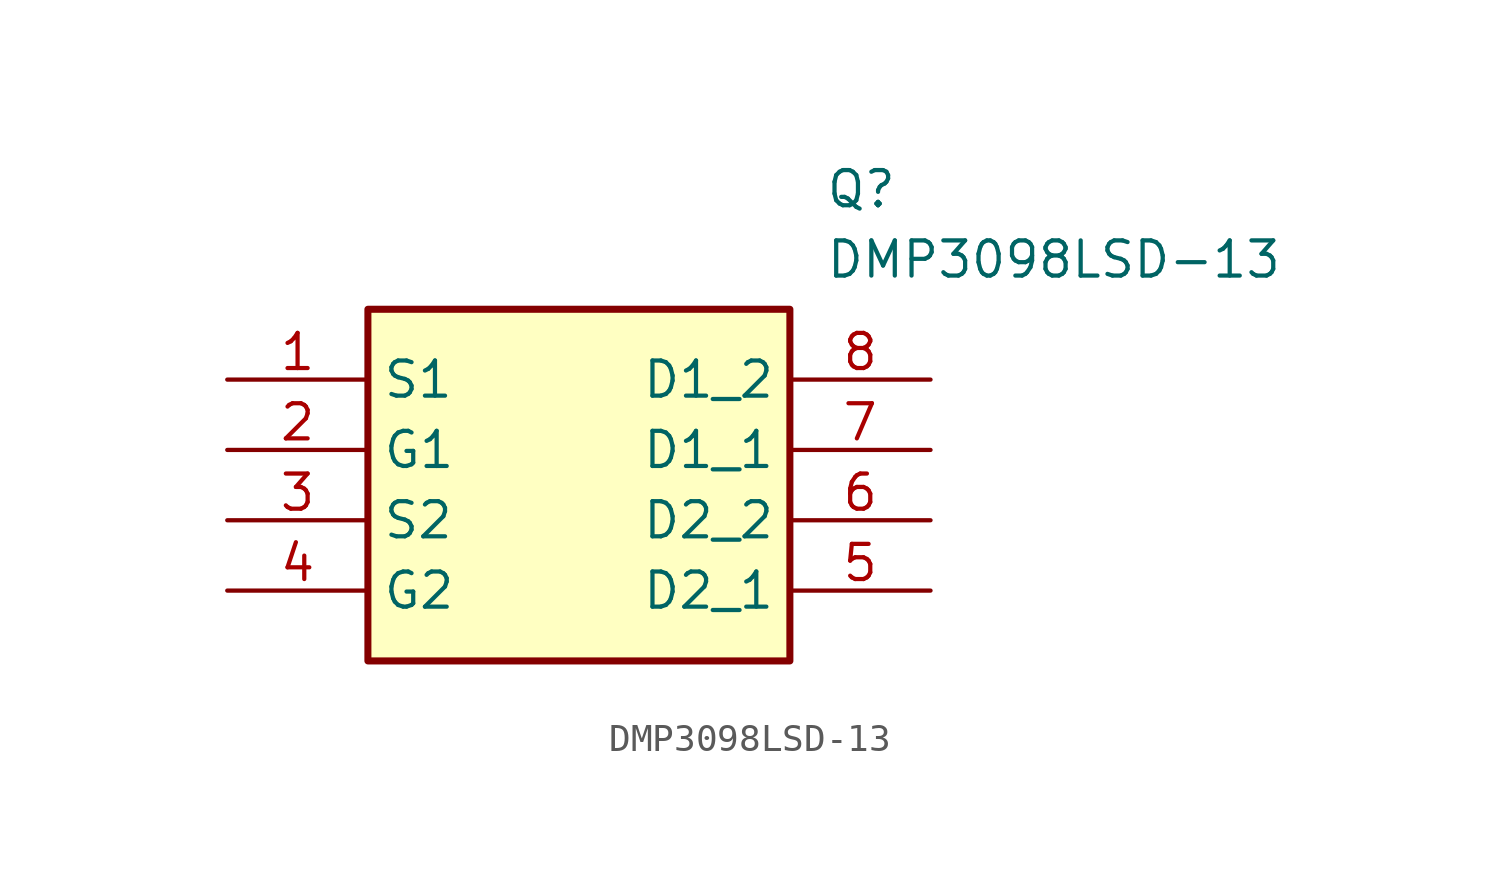
<source format=kicad_sym>
(kicad_symbol_lib
  (version 20211014)
  (generator SamacSys_ECAD_Model)
  (symbol "DMP3098LSD-13"
    (property "Reference" "Q"
      (at 21.59 7.62 0)
      (effects (font (size 1.27 1.27)) (justify left top)))
    (property "Value" "DMP3098LSD-13"
      (at 21.59 5.08 0)
      (effects (font (size 1.27 1.27)) (justify left top)))
    (rectangle
      (start 5.08 2.54)
      (end 20.32 -10.16)
      (stroke (width 0.254) (type default))
      (fill (type background)))
    (pin passive line
      (at 0 0 0)
      (length 5.08)
      (name "S1" (effects (font (size 1.27 1.27))))
      (number "1" (effects (font (size 1.27 1.27)))))
    (pin passive line
      (at 0 -2.54 0)
      (length 5.08)
      (name "G1" (effects (font (size 1.27 1.27))))
      (number "2" (effects (font (size 1.27 1.27)))))
    (pin passive line
      (at 0 -5.08 0)
      (length 5.08)
      (name "S2" (effects (font (size 1.27 1.27))))
      (number "3" (effects (font (size 1.27 1.27)))))
    (pin passive line
      (at 0 -7.62 0)
      (length 5.08)
      (name "G2" (effects (font (size 1.27 1.27))))
      (number "4" (effects (font (size 1.27 1.27)))))
    (pin passive line
      (at 25.4 0 180)
      (length 5.08)
      (name "D1_2" (effects (font (size 1.27 1.27))))
      (number "8" (effects (font (size 1.27 1.27)))))
    (pin passive line
      (at 25.4 -2.54 180)
      (length 5.08)
      (name "D1_1" (effects (font (size 1.27 1.27))))
      (number "7" (effects (font (size 1.27 1.27)))))
    (pin passive line
      (at 25.4 -5.08 180)
      (length 5.08)
      (name "D2_2" (effects (font (size 1.27 1.27))))
      (number "6" (effects (font (size 1.27 1.27)))))
    (pin passive line
      (at 25.4 -7.62 180)
      (length 5.08)
      (name "D2_1" (effects (font (size 1.27 1.27))))
      (number "5" (effects (font (size 1.27 1.27)))))))
</source>
